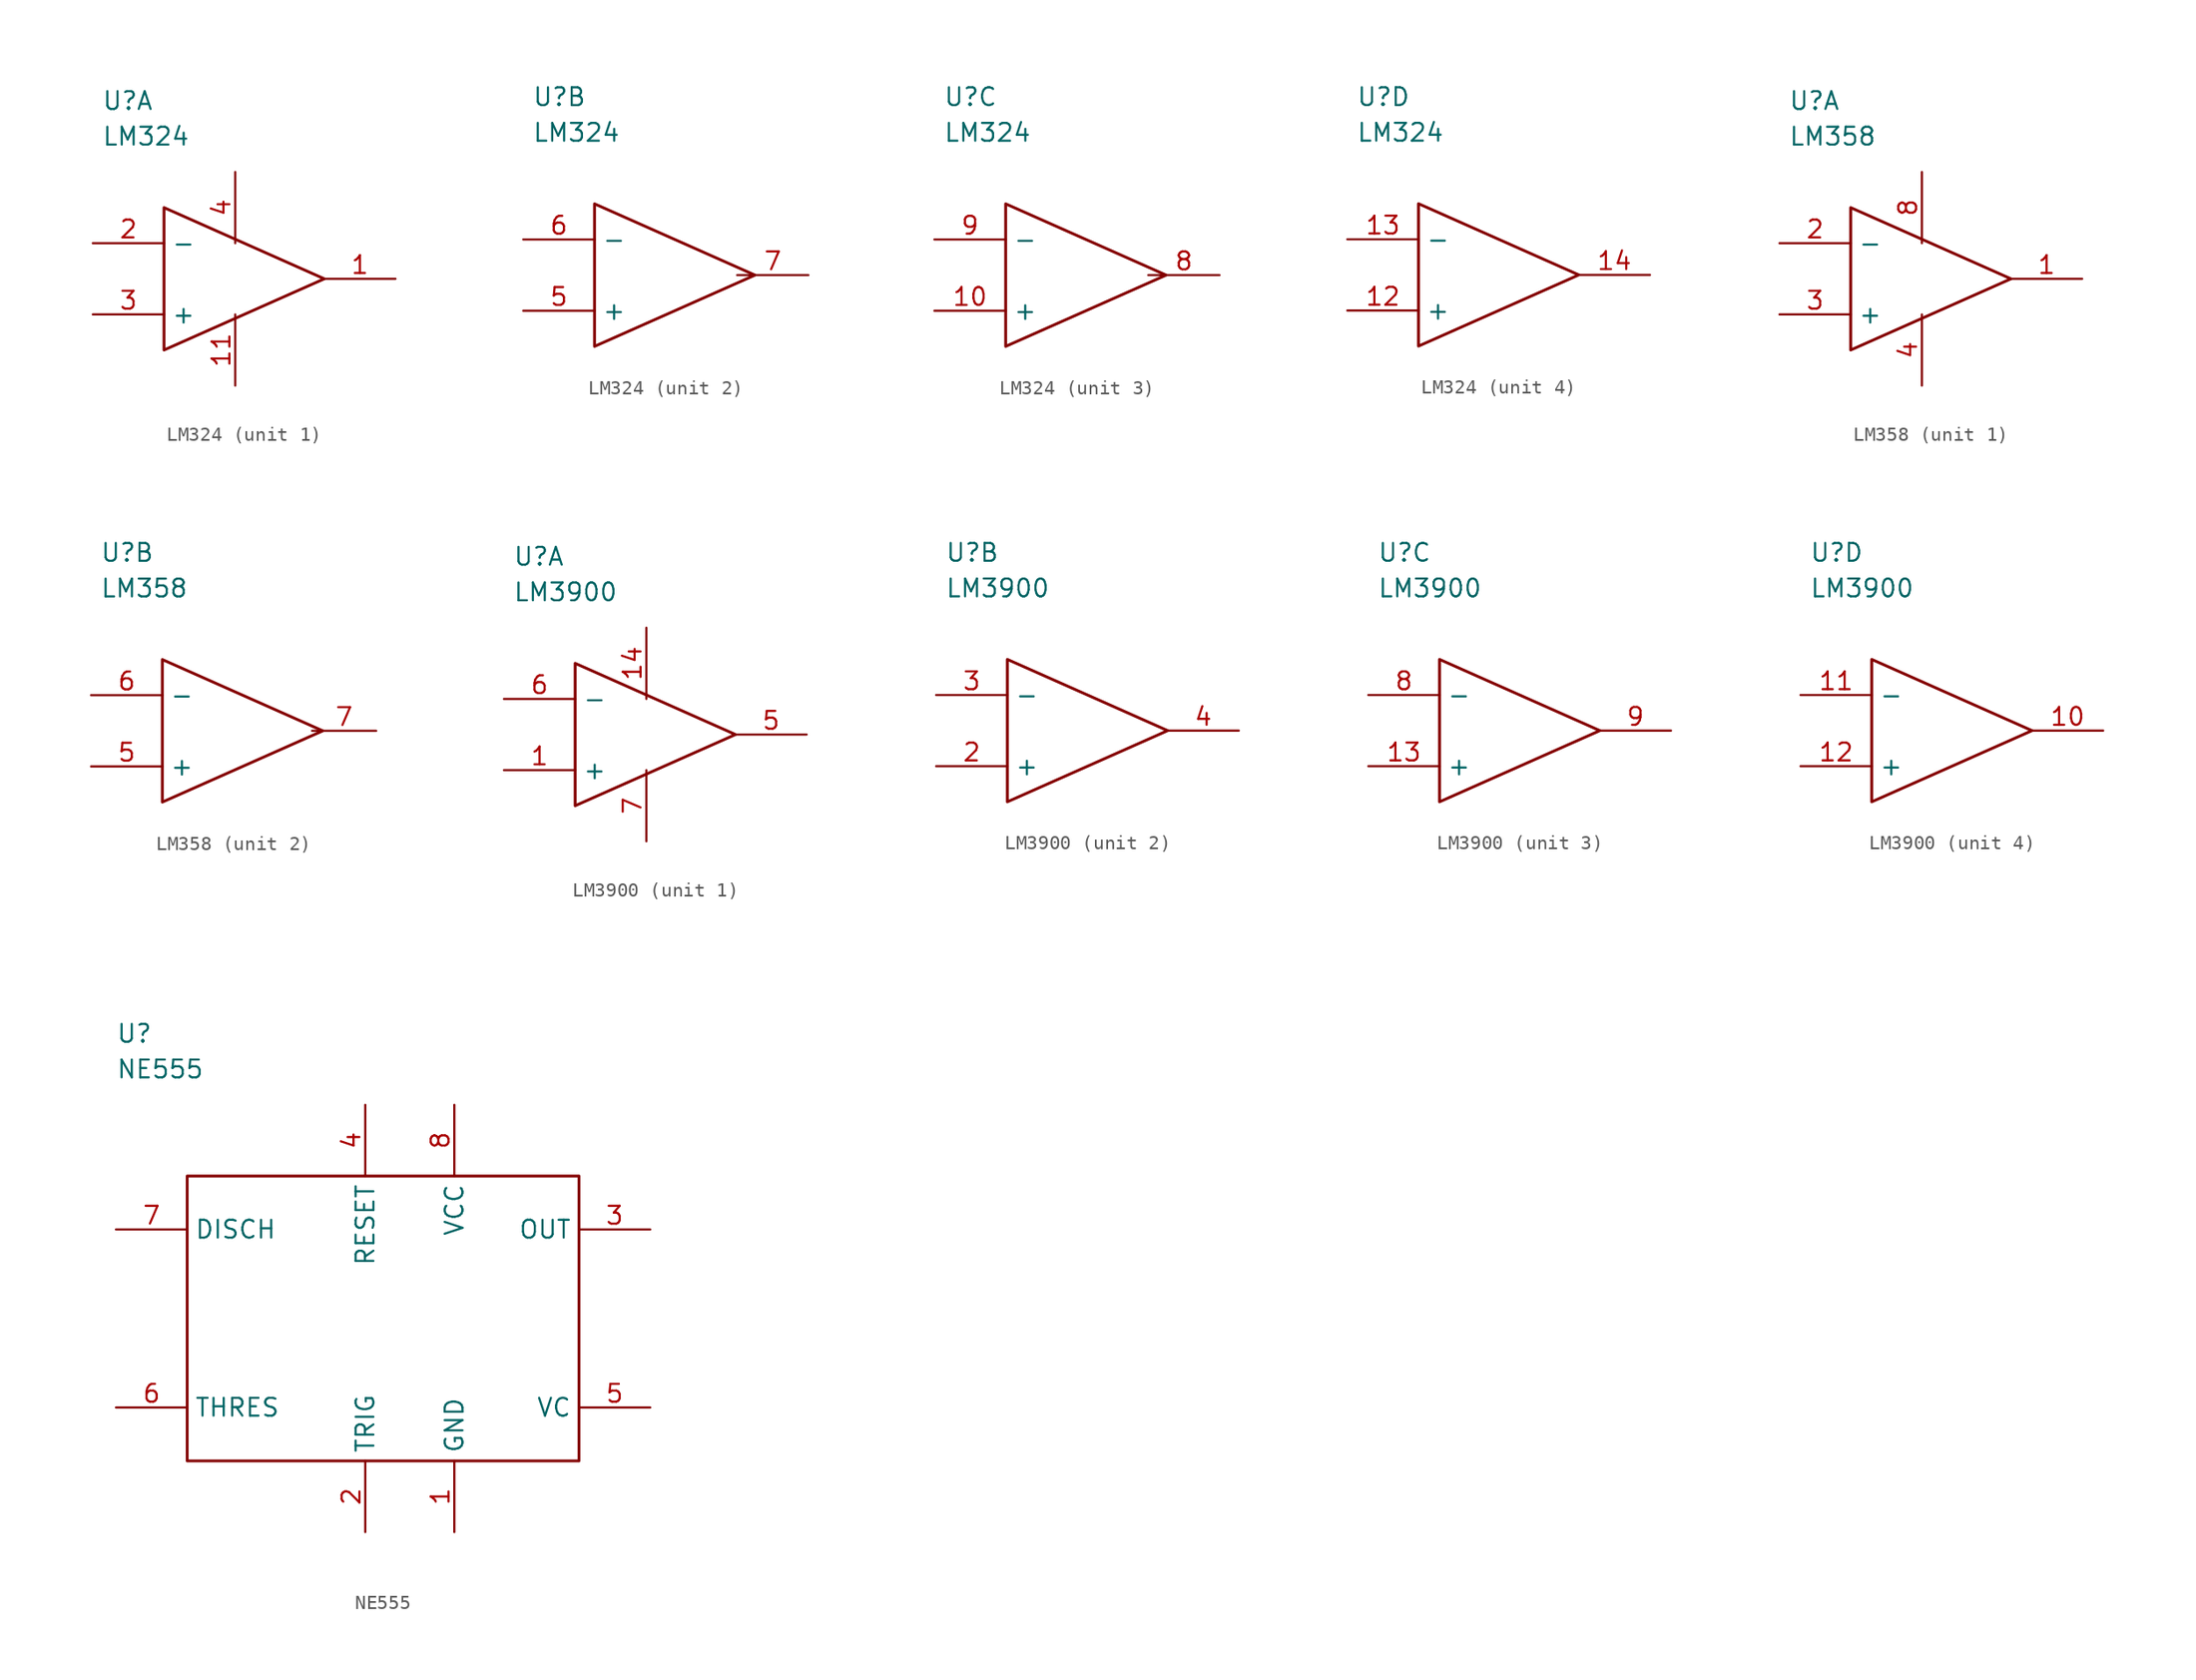
<source format=kicad_sym>
(kicad_symbol_lib
  (version 20211014)
  (generator kicad_symbol_editor)
  (symbol "LM324"
    (property "Reference" "U"
      (at -10.795 12.7 0)
      (effects (font (size 1.27 1.27)) (justify left)))
    (property "Value" "LM324"
      (at -10.795 10.16 0)
      (effects (font (size 1.27 1.27)) (justify left)))
    (property "ki_locked" ""
      (at 0 0 0)
      (effects (font (size 1.27 1.27))))
    (symbol "LM324_0_0"
      (polyline (pts (xy -6.35 5.08) (xy 5.08 0) (xy -6.35 -5.08) (xy -6.35 5.08)) (stroke (width 0.203) (type default) (color 0 0 0 0)) (fill (type none))))
    (symbol "LM324_1_0"
      (pin unspecified line (at 10.16 0 180) (length 5.08) (name "~" (effects (font (size 1.27 1.27)))) (number "1" (effects (font (size 1.27 1.27)))))
      (pin unspecified line (at -1.27 -7.62 90) (length 5.08) (name "~" (effects (font (size 1.27 1.27)))) (number "11" (effects (font (size 1.27 1.27)))))
      (pin unspecified line (at -11.43 2.54 0) (length 5.08) (name "-" (effects (font (size 1.27 1.27)))) (number "2" (effects (font (size 1.27 1.27)))))
      (pin unspecified line (at -11.43 -2.54 0) (length 5.08) (name "+" (effects (font (size 1.27 1.27)))) (number "3" (effects (font (size 1.27 1.27)))))
      (pin unspecified line (at -1.27 7.62 270) (length 5.08) (name "~" (effects (font (size 1.27 1.27)))) (number "4" (effects (font (size 1.27 1.27))))))
    (symbol "LM324_2_0"
      (pin unspecified line (at -11.43 -2.54 0) (length 5.08) (name "+" (effects (font (size 1.27 1.27)))) (number "5" (effects (font (size 1.27 1.27)))))
      (pin unspecified line (at -11.43 2.54 0) (length 5.08) (name "-" (effects (font (size 1.27 1.27)))) (number "6" (effects (font (size 1.27 1.27)))))
      (pin unspecified line (at 8.89 0 180) (length 5.08) (name "~" (effects (font (size 1.27 1.27)))) (number "7" (effects (font (size 1.27 1.27))))))
    (symbol "LM324_3_0"
      (pin unspecified line (at -11.43 -2.54 0) (length 5.08) (name "+" (effects (font (size 1.27 1.27)))) (number "10" (effects (font (size 1.27 1.27)))))
      (pin unspecified line (at 8.89 0 180) (length 5.08) (name "~" (effects (font (size 1.27 1.27)))) (number "8" (effects (font (size 1.27 1.27)))))
      (pin unspecified line (at -11.43 2.54 0) (length 5.08) (name "-" (effects (font (size 1.27 1.27)))) (number "9" (effects (font (size 1.27 1.27))))))
    (symbol "LM324_4_0"
      (pin unspecified line (at -11.43 -2.54 0) (length 5.08) (name "+" (effects (font (size 1.27 1.27)))) (number "12" (effects (font (size 1.27 1.27)))))
      (pin unspecified line (at -11.43 2.54 0) (length 5.08) (name "-" (effects (font (size 1.27 1.27)))) (number "13" (effects (font (size 1.27 1.27)))))
      (pin unspecified line (at 10.16 0 180) (length 5.08) (name "~" (effects (font (size 1.27 1.27)))) (number "14" (effects (font (size 1.27 1.27)))))))
  (symbol "LM358"
    (property "Reference" "U"
      (at -10.795 12.7 0)
      (effects (font (size 1.27 1.27)) (justify left)))
    (property "Value" "LM358"
      (at -10.795 10.16 0)
      (effects (font (size 1.27 1.27)) (justify left)))
    (property "ki_locked" ""
      (at 0 0 0)
      (effects (font (size 1.27 1.27))))
    (symbol "LM358_0_0"
      (polyline (pts (xy -6.35 5.08) (xy 5.08 0) (xy -6.35 -5.08) (xy -6.35 5.08)) (stroke (width 0.203) (type default) (color 0 0 0 0)) (fill (type none))))
    (symbol "LM358_1_0"
      (pin unspecified line (at 10.16 0 180) (length 5.08) (name "~" (effects (font (size 1.27 1.27)))) (number "1" (effects (font (size 1.27 1.27)))))
      (pin unspecified line (at -11.43 2.54 0) (length 5.08) (name "-" (effects (font (size 1.27 1.27)))) (number "2" (effects (font (size 1.27 1.27)))))
      (pin unspecified line (at -11.43 -2.54 0) (length 5.08) (name "+" (effects (font (size 1.27 1.27)))) (number "3" (effects (font (size 1.27 1.27)))))
      (pin unspecified line (at -1.27 -7.62 90) (length 5.08) (name "~" (effects (font (size 1.27 1.27)))) (number "4" (effects (font (size 1.27 1.27)))))
      (pin unspecified line (at -1.27 7.62 270) (length 5.08) (name "~" (effects (font (size 1.27 1.27)))) (number "8" (effects (font (size 1.27 1.27))))))
    (symbol "LM358_2_0"
      (pin unspecified line (at -11.43 -2.54 0) (length 5.08) (name "+" (effects (font (size 1.27 1.27)))) (number "5" (effects (font (size 1.27 1.27)))))
      (pin unspecified line (at -11.43 2.54 0) (length 5.08) (name "-" (effects (font (size 1.27 1.27)))) (number "6" (effects (font (size 1.27 1.27)))))
      (pin unspecified line (at 8.89 0 180) (length 4.572) (name "~" (effects (font (size 1.27 1.27)))) (number "7" (effects (font (size 1.27 1.27)))))))
  (symbol "LM3900"
    (property "Reference" "U"
      (at -10.795 12.7 0)
      (effects (font (size 1.27 1.27)) (justify left)))
    (property "Value" "LM3900"
      (at -10.795 10.16 0)
      (effects (font (size 1.27 1.27)) (justify left)))
    (property "ki_locked" ""
      (at 0 0 0)
      (effects (font (size 1.27 1.27))))
    (symbol "LM3900_0_0"
      (polyline (pts (xy -6.35 5.08) (xy 5.08 0) (xy -6.35 -5.08) (xy -6.35 5.08)) (stroke (width 0.203) (type default) (color 0 0 0 0)) (fill (type none))))
    (symbol "LM3900_1_0"
      (pin unspecified line (at -11.43 -2.54 0) (length 5.08) (name "+" (effects (font (size 1.27 1.27)))) (number "1" (effects (font (size 1.27 1.27)))))
      (pin unspecified line (at -1.27 7.62 270) (length 5.08) (name "~" (effects (font (size 1.27 1.27)))) (number "14" (effects (font (size 1.27 1.27)))))
      (pin unspecified line (at 10.16 0 180) (length 5.08) (name "~" (effects (font (size 1.27 1.27)))) (number "5" (effects (font (size 1.27 1.27)))))
      (pin unspecified line (at -11.43 2.54 0) (length 5.08) (name "-" (effects (font (size 1.27 1.27)))) (number "6" (effects (font (size 1.27 1.27)))))
      (pin unspecified line (at -1.27 -7.62 90) (length 5.08) (name "~" (effects (font (size 1.27 1.27)))) (number "7" (effects (font (size 1.27 1.27))))))
    (symbol "LM3900_2_0"
      (pin unspecified line (at -11.43 -2.54 0) (length 5.08) (name "+" (effects (font (size 1.27 1.27)))) (number "2" (effects (font (size 1.27 1.27)))))
      (pin unspecified line (at -11.43 2.54 0) (length 5.08) (name "-" (effects (font (size 1.27 1.27)))) (number "3" (effects (font (size 1.27 1.27)))))
      (pin unspecified line (at 10.16 0 180) (length 5.08) (name "~" (effects (font (size 1.27 1.27)))) (number "4" (effects (font (size 1.27 1.27))))))
    (symbol "LM3900_3_0"
      (pin unspecified line (at -11.43 -2.54 0) (length 5.08) (name "+" (effects (font (size 1.27 1.27)))) (number "13" (effects (font (size 1.27 1.27)))))
      (pin unspecified line (at -11.43 2.54 0) (length 5.08) (name "-" (effects (font (size 1.27 1.27)))) (number "8" (effects (font (size 1.27 1.27)))))
      (pin unspecified line (at 10.16 0 180) (length 5.08) (name "~" (effects (font (size 1.27 1.27)))) (number "9" (effects (font (size 1.27 1.27))))))
    (symbol "LM3900_4_0"
      (pin unspecified line (at 10.16 0 180) (length 5.08) (name "~" (effects (font (size 1.27 1.27)))) (number "10" (effects (font (size 1.27 1.27)))))
      (pin unspecified line (at -11.43 2.54 0) (length 5.08) (name "-" (effects (font (size 1.27 1.27)))) (number "11" (effects (font (size 1.27 1.27)))))
      (pin unspecified line (at -11.43 -2.54 0) (length 5.08) (name "+" (effects (font (size 1.27 1.27)))) (number "12" (effects (font (size 1.27 1.27)))))))
  (symbol "NE555"
    (property "Reference" "U"
      (at -19.05 20.32 0)
      (effects (font (size 1.27 1.27)) (justify left)))
    (property "Value" "NE555"
      (at -19.05 17.78 0)
      (effects (font (size 1.27 1.27)) (justify left)))
    (property "ki_locked" ""
      (at 0 0 0)
      (effects (font (size 1.27 1.27))))
    (symbol "NE555_0_0"
      (rectangle (start -13.97 10.16) (end 13.97 -10.16) (stroke (width 0.203) (type default) (color 0 0 0 0)) (fill (type none))))
    (symbol "NE555_1_0"
      (pin unspecified line (at 5.08 -15.24 90) (length 5.08) (name "GND" (effects (font (size 1.27 1.27)))) (number "1" (effects (font (size 1.27 1.27)))))
      (pin unspecified line (at -1.27 -15.24 90) (length 5.08) (name "TRIG" (effects (font (size 1.27 1.27)))) (number "2" (effects (font (size 1.27 1.27)))))
      (pin unspecified line (at 19.05 6.35 180) (length 5.08) (name "OUT" (effects (font (size 1.27 1.27)))) (number "3" (effects (font (size 1.27 1.27)))))
      (pin unspecified line (at -1.27 15.24 270) (length 5.08) (name "RESET" (effects (font (size 1.27 1.27)))) (number "4" (effects (font (size 1.27 1.27)))))
      (pin unspecified line (at 19.05 -6.35 180) (length 5.08) (name "VC" (effects (font (size 1.27 1.27)))) (number "5" (effects (font (size 1.27 1.27)))))
      (pin unspecified line (at -19.05 -6.35 0) (length 5.08) (name "THRES" (effects (font (size 1.27 1.27)))) (number "6" (effects (font (size 1.27 1.27)))))
      (pin unspecified line (at -19.05 6.35 0) (length 5.08) (name "DISCH" (effects (font (size 1.27 1.27)))) (number "7" (effects (font (size 1.27 1.27)))))
      (pin unspecified line (at 5.08 15.24 270) (length 5.08) (name "VCC" (effects (font (size 1.27 1.27)))) (number "8" (effects (font (size 1.27 1.27))))))))
</source>
